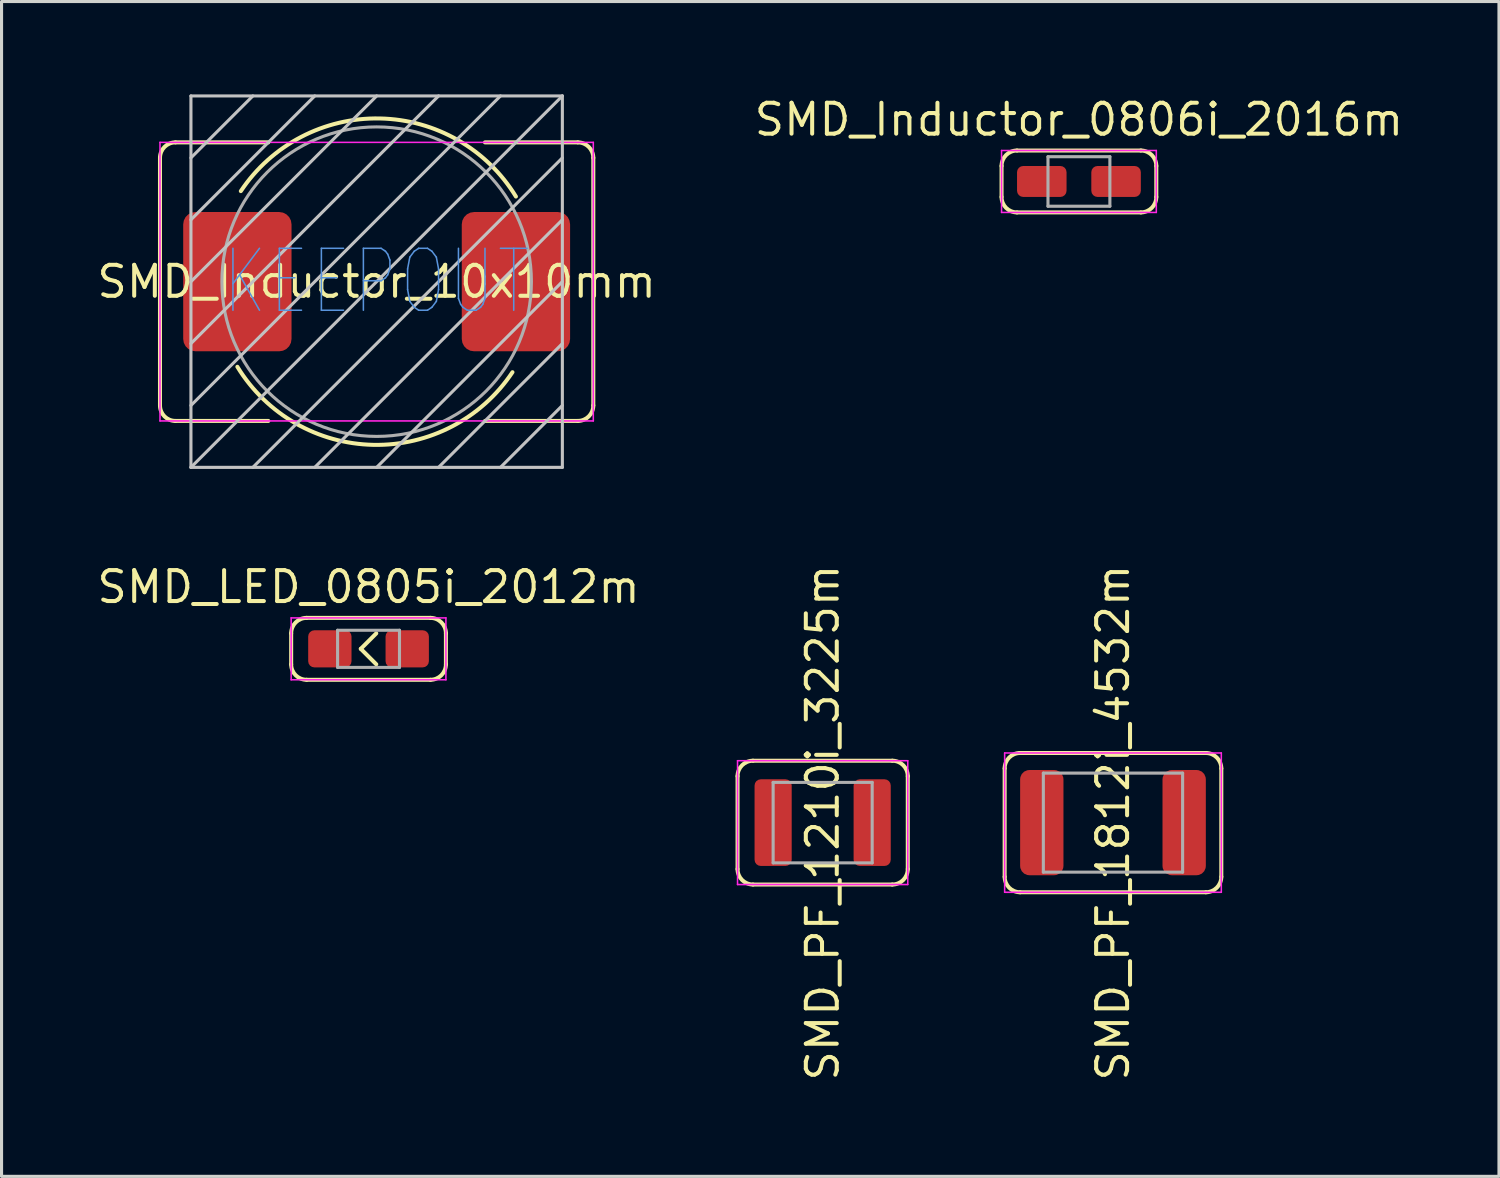
<source format=kicad_pcb>
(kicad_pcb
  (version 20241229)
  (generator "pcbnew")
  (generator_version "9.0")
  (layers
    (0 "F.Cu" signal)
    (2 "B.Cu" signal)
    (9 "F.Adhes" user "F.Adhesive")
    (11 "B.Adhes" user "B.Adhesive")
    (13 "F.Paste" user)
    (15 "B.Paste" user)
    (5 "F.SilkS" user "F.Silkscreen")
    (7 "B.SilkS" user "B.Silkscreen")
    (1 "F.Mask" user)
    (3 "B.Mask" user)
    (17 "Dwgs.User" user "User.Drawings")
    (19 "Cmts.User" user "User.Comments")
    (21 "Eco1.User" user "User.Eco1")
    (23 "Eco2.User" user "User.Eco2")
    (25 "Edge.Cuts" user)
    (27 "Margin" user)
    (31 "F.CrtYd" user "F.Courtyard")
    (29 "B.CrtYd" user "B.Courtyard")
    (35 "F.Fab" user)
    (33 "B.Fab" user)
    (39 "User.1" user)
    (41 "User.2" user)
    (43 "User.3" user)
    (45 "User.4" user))
  (footprint "SMD_PF_1812i_4532m"
    (layer "F.Cu")
    (at 32.909 23.528)
    (property "Reference" "SMD_PF_1812i_4532m" (at 0 0 90) (layer "F.SilkS") (effects (font (size 1 1) (thickness 0.13))))
    (attr through_hole)
    (fp_line (start -3.5 -1.75) (end -3.5 1.75) (stroke (width 0.13) (type solid)) (layer "F.SilkS"))
    (fp_line (start -3 -2.25) (end 3 -2.25) (stroke (width 0.13) (type solid)) (layer "F.SilkS"))
    (fp_line (start -3 2.25) (end 3 2.25) (stroke (width 0.13) (type solid)) (layer "F.SilkS"))
    (fp_line (start 3.5 -1.75) (end 3.5 1.75) (stroke (width 0.13) (type solid)) (layer "F.SilkS"))
    (fp_arc (start -3.5 -1.75) (mid -3.353553 -2.103553) (end -3 -2.25) (stroke (width 0.13) (type solid)) (layer "F.SilkS"))
    (fp_arc (start -3 2.25) (mid -3.353553 2.103553) (end -3.5 1.75) (stroke (width 0.13) (type solid)) (layer "F.SilkS"))
    (fp_arc (start 3 -2.25) (mid 3.353553 -2.103553) (end 3.5 -1.75) (stroke (width 0.13) (type solid)) (layer "F.SilkS"))
    (fp_arc (start 3.5 1.75) (mid 3.353553 2.103553) (end 3 2.25) (stroke (width 0.13) (type solid)) (layer "F.SilkS"))
    (fp_line (start -3.5 -2.25) (end 3.5 -2.25) (stroke (width 0.05) (type solid)) (layer "F.CrtYd"))
    (fp_line (start -3.5 2.25) (end -3.5 -2.25) (stroke (width 0.05) (type solid)) (layer "F.CrtYd"))
    (fp_line (start 3.5 -2.25) (end 3.5 2.25) (stroke (width 0.05) (type solid)) (layer "F.CrtYd"))
    (fp_line (start 3.5 2.25) (end -3.5 2.25) (stroke (width 0.05) (type solid)) (layer "F.CrtYd"))
    (fp_line (start -2.25 -1.6) (end 2.25 -1.6) (stroke (width 0.1) (type solid)) (layer "F.Fab"))
    (fp_line (start -2.25 1.6) (end -2.25 -1.6) (stroke (width 0.1) (type solid)) (layer "F.Fab"))
    (fp_line (start 2.25 -1.6) (end 2.25 1.6) (stroke (width 0.1) (type solid)) (layer "F.Fab"))
    (fp_line (start 2.25 1.6) (end -2.25 1.6) (stroke (width 0.1) (type solid)) (layer "F.Fab"))
    (pad "1" smd roundrect (at -2.3 0) (size 1.4 3.4) (layers "F.Cu" "F.Mask" "F.Paste") (roundrect_rratio 0.214))
    (pad "2" smd roundrect (at 2.3 0) (size 1.4 3.4) (layers "F.Cu" "F.Mask" "F.Paste") (roundrect_rratio 0.214)))
  (footprint "SMD_PF_1210i_3225m"
    (layer "F.Cu")
    (at 23.529 23.528)
    (property "Reference" "SMD_PF_1210i_3225m" (at 0 0 270) (layer "F.SilkS") (effects (font (size 1 1) (thickness 0.13))))
    (attr through_hole)
    (fp_line (start -2.75 -1.5) (end -2.75 1.5) (stroke (width 0.13) (type solid)) (layer "F.SilkS"))
    (fp_line (start -2.25 -2) (end 2.25 -2) (stroke (width 0.13) (type solid)) (layer "F.SilkS"))
    (fp_line (start -2.25 2) (end 2.25 2) (stroke (width 0.13) (type solid)) (layer "F.SilkS"))
    (fp_line (start 2.75 -1.5) (end 2.75 1.5) (stroke (width 0.13) (type solid)) (layer "F.SilkS"))
    (fp_arc (start -2.75 -1.5) (mid -2.603553 -1.853553) (end -2.25 -2) (stroke (width 0.13) (type solid)) (layer "F.SilkS"))
    (fp_arc (start -2.25 2) (mid -2.603553 1.853553) (end -2.75 1.5) (stroke (width 0.13) (type solid)) (layer "F.SilkS"))
    (fp_arc (start 2.25 -2) (mid 2.603553 -1.853553) (end 2.75 -1.5) (stroke (width 0.13) (type solid)) (layer "F.SilkS"))
    (fp_arc (start 2.75 1.5) (mid 2.603553 1.853553) (end 2.25 2) (stroke (width 0.13) (type solid)) (layer "F.SilkS"))
    (fp_line (start -2.75 -2) (end 2.75 -2) (stroke (width 0.05) (type solid)) (layer "F.CrtYd"))
    (fp_line (start -2.75 2) (end -2.75 -2) (stroke (width 0.05) (type solid)) (layer "F.CrtYd"))
    (fp_line (start 2.75 -2) (end 2.75 2) (stroke (width 0.05) (type solid)) (layer "F.CrtYd"))
    (fp_line (start 2.75 2) (end -2.75 2) (stroke (width 0.05) (type solid)) (layer "F.CrtYd"))
    (fp_line (start -1.6 -1.3) (end -1.6 1.3) (stroke (width 0.1) (type solid)) (layer "F.Fab"))
    (fp_line (start -1.6 -1.3) (end 1.6 -1.3) (stroke (width 0.1) (type solid)) (layer "F.Fab"))
    (fp_line (start -1.6 1.3) (end 1.6 1.3) (stroke (width 0.1) (type solid)) (layer "F.Fab"))
    (fp_line (start 1.6 1.3) (end 1.6 -1.3) (stroke (width 0.1) (type solid)) (layer "F.Fab"))
    (pad "1" smd roundrect (at -1.6 0) (size 1.2 2.8) (layers "F.Cu" "F.Mask" "F.Paste") (roundrect_rratio 0.167))
    (pad "2" smd roundrect (at 1.6 0) (size 1.2 2.8) (layers "F.Cu" "F.Mask" "F.Paste") (roundrect_rratio 0.167)))
  (footprint "SMD_Inductor_10x10mm"
    (layer "F.Cu")
    (at 9.119 6.05)
    (property "Reference" "SMD_Inductor_10x10mm" (at 0 0 0) (layer "F.SilkS") (effects (font (size 1 1) (thickness 0.13))))
    (attr smd)
    (fp_line (start -7 4) (end -7 -4) (stroke (width 0.13) (type solid)) (layer "F.SilkS"))
    (fp_line (start -6.5 -4.5) (end -3.5 -4.5) (stroke (width 0.13) (type solid)) (layer "F.SilkS"))
    (fp_line (start -6.5 4.5) (end -3.5 4.5) (stroke (width 0.13) (type solid)) (layer "F.SilkS"))
    (fp_line (start 3.5 -4.5) (end 6.5 -4.5) (stroke (width 0.13) (type solid)) (layer "F.SilkS"))
    (fp_line (start 6.5 4.5) (end 3.5 4.5) (stroke (width 0.13) (type solid)) (layer "F.SilkS"))
    (fp_line (start 7 -4) (end 7 4) (stroke (width 0.13) (type solid)) (layer "F.SilkS"))
    (fp_arc (start -7 -4) (mid -6.853553 -4.353553) (end -6.5 -4.5) (stroke (width 0.13) (type solid)) (layer "F.SilkS"))
    (fp_arc (start -6.5 4.5) (mid -6.853553 4.353553) (end -7 4) (stroke (width 0.13) (type solid)) (layer "F.SilkS"))
    (fp_arc (start -4.38803 -2.925353) (mid 0.104026 -5.272729) (end 4.5 -2.75) (stroke (width 0.13) (type solid)) (layer "F.SilkS"))
    (fp_arc (start 4.38803 2.925353) (mid -0.104026 5.272729) (end -4.5 2.75) (stroke (width 0.13) (type solid)) (layer "F.SilkS"))
    (fp_arc (start 6.5 -4.5) (mid 6.853553 -4.353553) (end 7 -4) (stroke (width 0.13) (type solid)) (layer "F.SilkS"))
    (fp_arc (start 7 4) (mid 6.853553 4.353553) (end 6.5 4.5) (stroke (width 0.13) (type solid)) (layer "F.SilkS"))
    (fp_line (start -6 -6) (end 6 -6) (stroke (width 0.1) (type solid)) (layer "Dwgs.User"))
    (fp_line (start -6 -4) (end -4 -6) (stroke (width 0.1) (type solid)) (layer "Dwgs.User"))
    (fp_line (start -6 -2) (end -2 -6) (stroke (width 0.1) (type solid)) (layer "Dwgs.User"))
    (fp_line (start -6 0) (end 0 -6) (stroke (width 0.1) (type solid)) (layer "Dwgs.User"))
    (fp_line (start -6 2) (end 2 -6) (stroke (width 0.1) (type solid)) (layer "Dwgs.User"))
    (fp_line (start -6 4) (end 4 -6) (stroke (width 0.1) (type solid)) (layer "Dwgs.User"))
    (fp_line (start -6 6) (end -6 -6) (stroke (width 0.1) (type solid)) (layer "Dwgs.User"))
    (fp_line (start -6 6) (end 6 -6) (stroke (width 0.1) (type solid)) (layer "Dwgs.User"))
    (fp_line (start -4 6) (end 6 -4) (stroke (width 0.1) (type solid)) (layer "Dwgs.User"))
    (fp_line (start -2 6) (end 6 -2) (stroke (width 0.1) (type solid)) (layer "Dwgs.User"))
    (fp_line (start 0 6) (end 6 0) (stroke (width 0.1) (type solid)) (layer "Dwgs.User"))
    (fp_line (start 2 6) (end 6 2) (stroke (width 0.1) (type solid)) (layer "Dwgs.User"))
    (fp_line (start 4 6) (end 6 4) (stroke (width 0.1) (type solid)) (layer "Dwgs.User"))
    (fp_line (start 6 -6) (end 6 6) (stroke (width 0.1) (type solid)) (layer "Dwgs.User"))
    (fp_line (start 6 6) (end -6 6) (stroke (width 0.1) (type solid)) (layer "Dwgs.User"))
    (fp_line (start -7 -4.5) (end -7 4.5) (stroke (width 0.05) (type solid)) (layer "F.CrtYd"))
    (fp_line (start -7 4.5) (end 7 4.5) (stroke (width 0.05) (type solid)) (layer "F.CrtYd"))
    (fp_line (start 7 -4.5) (end -7 -4.5) (stroke (width 0.05) (type solid)) (layer "F.CrtYd"))
    (fp_line (start 7 4.5) (end 7 -4.5) (stroke (width 0.05) (type solid)) (layer "F.CrtYd"))
    (fp_circle (center 0 0) (end 5 0) (stroke (width 0.1) (type solid)) (fill no) (layer "F.Fab"))
    (fp_text user "KEEPOUT" (at 0 0 0) (layer "Cmts.User") (effects (font (size 2 1.5) (thickness 0.05))))
    (pad "1" smd roundrect (at -4.5 0) (size 3.5 4.5) (layers "F.Cu" "F.Mask" "F.Paste") (roundrect_rratio 0.114))
    (pad "2" smd roundrect (at 4.5 0) (size 3.5 4.5) (layers "F.Cu" "F.Mask" "F.Paste") (roundrect_rratio 0.114)))
  (footprint "SMD_Inductor_0806i_2016m"
    (layer "F.Cu")
    (at 31.809 2.813)
    (property "Reference" "SMD_Inductor_0806i_2016m" (at 0 -2 0) (layer "F.SilkS") (effects (font (size 1 1) (thickness 0.13))))
    (attr through_hole)
    (fp_line (start -2.5 0.5) (end -2.5 -0.5) (stroke (width 0.13) (type solid)) (layer "F.SilkS"))
    (fp_line (start -2 -1) (end 2 -1) (stroke (width 0.13) (type solid)) (layer "F.SilkS"))
    (fp_line (start 2 1) (end -2 1) (stroke (width 0.13) (type solid)) (layer "F.SilkS"))
    (fp_line (start 2.5 -0.5) (end 2.5 0.5) (stroke (width 0.13) (type solid)) (layer "F.SilkS"))
    (fp_arc (start -2.5 -0.5) (mid -2.353553 -0.853553) (end -2 -1) (stroke (width 0.13) (type solid)) (layer "F.SilkS"))
    (fp_arc (start -2 1) (mid -2.353553 0.853553) (end -2.5 0.5) (stroke (width 0.13) (type solid)) (layer "F.SilkS"))
    (fp_arc (start 2 -1) (mid 2.353553 -0.853553) (end 2.5 -0.5) (stroke (width 0.13) (type solid)) (layer "F.SilkS"))
    (fp_arc (start 2.5 0.5) (mid 2.353553 0.853553) (end 2 1) (stroke (width 0.13) (type solid)) (layer "F.SilkS"))
    (fp_line (start -2.5 -1) (end -2.5 1) (stroke (width 0.05) (type solid)) (layer "F.CrtYd"))
    (fp_line (start -2.5 1) (end 2.5 1) (stroke (width 0.05) (type solid)) (layer "F.CrtYd"))
    (fp_line (start 2.5 -1) (end -2.5 -1) (stroke (width 0.05) (type solid)) (layer "F.CrtYd"))
    (fp_line (start 2.5 1) (end 2.5 -1) (stroke (width 0.05) (type solid)) (layer "F.CrtYd"))
    (fp_line (start -1 -0.8) (end 1 -0.8) (stroke (width 0.1) (type solid)) (layer "F.Fab"))
    (fp_line (start -1 0.8) (end -1 -0.8) (stroke (width 0.1) (type solid)) (layer "F.Fab"))
    (fp_line (start 1 -0.8) (end 1 0.8) (stroke (width 0.1) (type solid)) (layer "F.Fab"))
    (fp_line (start 1 0.8) (end -1 0.8) (stroke (width 0.1) (type solid)) (layer "F.Fab"))
    (pad "1" smd roundrect (at -1.2 0) (size 1.6 1) (layers "F.Cu" "F.Mask" "F.Paste") (roundrect_rratio 0.2))
    (pad "2" smd roundrect (at 1.2 0) (size 1.6 1) (layers "F.Cu" "F.Mask" "F.Paste") (roundrect_rratio 0.2)))
  (footprint "SMD_LED_0805i_2012m"
    (layer "F.Cu")
    (at 8.857 17.913)
    (property "Reference" "SMD_LED_0805i_2012m" (at 0 -2 0) (layer "F.SilkS") (effects (font (size 1 1) (thickness 0.13))))
    (attr through_hole)
    (fp_line (start -2.5 0.5) (end -2.5 -0.5) (stroke (width 0.13) (type solid)) (layer "F.SilkS"))
    (fp_line (start -2 -1) (end 2 -1) (stroke (width 0.13) (type solid)) (layer "F.SilkS"))
    (fp_line (start -0.25 0) (end 0.25 0.5) (stroke (width 0.13) (type solid)) (layer "F.SilkS"))
    (fp_line (start 0.25 -0.5) (end -0.25 0) (stroke (width 0.13) (type solid)) (layer "F.SilkS"))
    (fp_line (start 2 1) (end -2 1) (stroke (width 0.13) (type solid)) (layer "F.SilkS"))
    (fp_line (start 2.5 -0.5) (end 2.5 0.5) (stroke (width 0.13) (type solid)) (layer "F.SilkS"))
    (fp_arc (start -2.5 -0.5) (mid -2.353553 -0.853553) (end -2 -1) (stroke (width 0.13) (type solid)) (layer "F.SilkS"))
    (fp_arc (start -2 1) (mid -2.353553 0.853553) (end -2.5 0.5) (stroke (width 0.13) (type solid)) (layer "F.SilkS"))
    (fp_arc (start 2 -1) (mid 2.353553 -0.853553) (end 2.5 -0.5) (stroke (width 0.13) (type solid)) (layer "F.SilkS"))
    (fp_arc (start 2.5 0.5) (mid 2.353553 0.853553) (end 2 1) (stroke (width 0.13) (type solid)) (layer "F.SilkS"))
    (fp_line (start -2.5 -1) (end -2.5 1) (stroke (width 0.05) (type solid)) (layer "F.CrtYd"))
    (fp_line (start -2.5 1) (end 2.5 1) (stroke (width 0.05) (type solid)) (layer "F.CrtYd"))
    (fp_line (start 2.5 -1) (end -2.5 -1) (stroke (width 0.05) (type solid)) (layer "F.CrtYd"))
    (fp_line (start 2.5 1) (end 2.5 -1) (stroke (width 0.05) (type solid)) (layer "F.CrtYd"))
    (fp_line (start -1 -0.6) (end -1 0.6) (stroke (width 0.1) (type solid)) (layer "F.Fab"))
    (fp_line (start -1 0.6) (end 1 0.6) (stroke (width 0.1) (type solid)) (layer "F.Fab"))
    (fp_line (start 1 -0.6) (end -1 -0.6) (stroke (width 0.1) (type solid)) (layer "F.Fab"))
    (fp_line (start 1 0.6) (end 1 -0.6) (stroke (width 0.1) (type solid)) (layer "F.Fab"))
    (pad "1" smd roundrect (at -1.25 0) (size 1.4 1.2) (layers "F.Cu" "F.Mask" "F.Paste") (roundrect_rratio 0.167))
    (pad "2" smd roundrect (at 1.25 0) (size 1.4 1.2) (layers "F.Cu" "F.Mask" "F.Paste") (roundrect_rratio 0.167)))
  (gr_rect
    (start -3 -3)
    (end 45.38 34.957)
    (stroke (width 0.1) (type default))
    (fill no)
    (layer "Edge.Cuts")))
</source>
